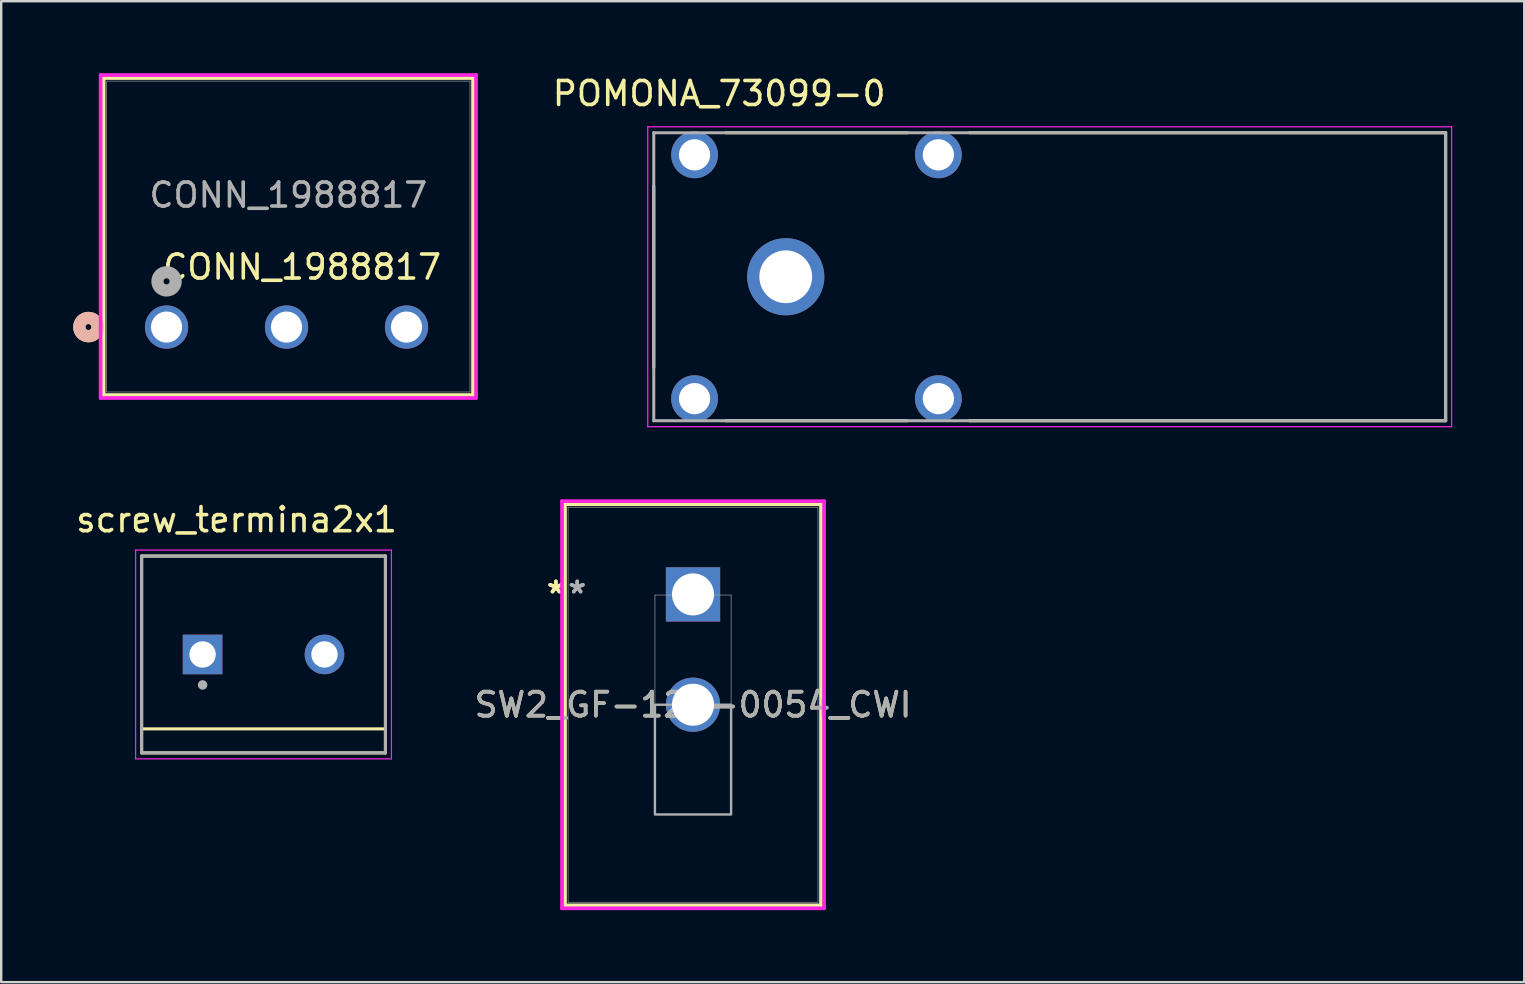
<source format=kicad_pcb>
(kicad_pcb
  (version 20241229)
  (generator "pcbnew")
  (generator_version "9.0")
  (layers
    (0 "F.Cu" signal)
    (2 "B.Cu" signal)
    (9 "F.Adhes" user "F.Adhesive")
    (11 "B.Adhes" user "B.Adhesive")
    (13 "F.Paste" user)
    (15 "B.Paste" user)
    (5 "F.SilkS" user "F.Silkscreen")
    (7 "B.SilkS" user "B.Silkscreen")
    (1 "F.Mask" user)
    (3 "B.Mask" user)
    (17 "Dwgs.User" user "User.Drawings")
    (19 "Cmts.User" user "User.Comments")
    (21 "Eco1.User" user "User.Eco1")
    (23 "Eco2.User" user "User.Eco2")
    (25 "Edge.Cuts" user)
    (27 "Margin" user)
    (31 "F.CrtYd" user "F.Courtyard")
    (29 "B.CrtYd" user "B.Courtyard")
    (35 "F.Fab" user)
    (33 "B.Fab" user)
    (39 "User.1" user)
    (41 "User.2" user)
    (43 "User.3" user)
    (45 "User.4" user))
  (footprint "SW2_GF-123-0054_CWI"
    (layer "F.Cu")
    (at 25.83 21.721)
    (property "Reference" "SW2_GF-123-0054_CWI" (at 0 4.597 0) (unlocked yes) (layer "F.SilkS") (effects (font (size 1 1) (thickness 0.15))))
    (attr through_hole)
    (fp_line (start -5.334 -3.759) (end -5.334 12.954) (stroke (width 0.152) (type solid)) (layer "F.SilkS"))
    (fp_line (start -5.334 12.954) (end 5.334 12.954) (stroke (width 0.152) (type solid)) (layer "F.SilkS"))
    (fp_line (start 5.334 -3.759) (end -5.334 -3.759) (stroke (width 0.152) (type solid)) (layer "F.SilkS"))
    (fp_line (start 5.334 12.954) (end 5.334 -3.759) (stroke (width 0.152) (type solid)) (layer "F.SilkS"))
    (fp_line (start -5.461 -3.886) (end -5.461 13.081) (stroke (width 0.152) (type solid)) (layer "F.CrtYd"))
    (fp_line (start -5.461 13.081) (end 5.461 13.081) (stroke (width 0.152) (type solid)) (layer "F.CrtYd"))
    (fp_line (start 5.461 -3.886) (end -5.461 -3.886) (stroke (width 0.152) (type solid)) (layer "F.CrtYd"))
    (fp_line (start 5.461 13.081) (end 5.461 -3.886) (stroke (width 0.152) (type solid)) (layer "F.CrtYd"))
    (fp_line (start -5.207 -3.632) (end -5.207 12.827) (stroke (width 0.025) (type solid)) (layer "F.Fab"))
    (fp_line (start -5.207 12.827) (end 5.207 12.827) (stroke (width 0.025) (type solid)) (layer "F.Fab"))
    (fp_line (start -1.587 0.025) (end 1.587 0.025) (stroke (width 0.025) (type solid)) (layer "F.Fab"))
    (fp_line (start -1.587 9.169) (end -1.587 0.025) (stroke (width 0.025) (type solid)) (layer "F.Fab"))
    (fp_line (start 1.587 0.025) (end 1.587 9.169) (stroke (width 0.025) (type solid)) (layer "F.Fab"))
    (fp_line (start 1.587 9.169) (end -1.587 9.169) (stroke (width 0.025) (type solid)) (layer "F.Fab"))
    (fp_line (start 5.207 -3.632) (end -5.207 -3.632) (stroke (width 0.025) (type solid)) (layer "F.Fab"))
    (fp_line (start 5.207 12.827) (end 5.207 -3.632) (stroke (width 0.025) (type solid)) (layer "F.Fab"))
    (fp_poly (pts (xy -1.587 9.169) (xy -1.587 4.597) (xy 1.587 4.597) (xy 1.587 9.169)) (stroke (width 0.1) (type solid)) (fill no) (layer "F.Fab"))
    (fp_text user "*" (at -5.715 0 0) (layer "F.SilkS") (effects (font (size 1 1) (thickness 0.15))))
    (fp_text user "*" (at -5.715 0 0) (unlocked yes) (layer "F.SilkS") (effects (font (size 1 1) (thickness 0.15))))
    (fp_text user "*" (at -4.826 0 0) (layer "F.Fab") (effects (font (size 1 1) (thickness 0.15))))
    (fp_text user "${REFERENCE}" (at 0 4.597 0) (unlocked yes) (layer "F.Fab") (effects (font (size 1 1) (thickness 0.15))))
    (fp_text user "*" (at -4.826 0 0) (unlocked yes) (layer "F.Fab") (effects (font (size 1 1) (thickness 0.15))))
    (pad "1" thru_hole rect (at 0 0) (size 2.261 2.261) (drill 1.753) (layers "*.Cu" "*.Mask"))
    (pad "2" thru_hole circle (at 0 4.597) (size 2.261 2.261) (drill 1.753) (layers "*.Cu" "*.Mask")))
  (footprint "screw_termina2x1"
    (layer "F.Cu")
    (at 7.932 24.223)
    (property "Reference" "screw_termina2x1" (at -1.127 -5.615 0) (layer "F.SilkS") (effects (font (size 1.002 1.002) (thickness 0.15))))
    (attr through_hole)
    (fp_line (start -5.08 -4.1) (end 5.08 -4.1) (stroke (width 0.127) (type solid)) (layer "F.SilkS"))
    (fp_line (start -5.08 3.1) (end -5.08 -4.1) (stroke (width 0.127) (type solid)) (layer "F.SilkS"))
    (fp_line (start -5.08 3.1) (end 5.08 3.1) (stroke (width 0.127) (type solid)) (layer "F.SilkS"))
    (fp_line (start -5.08 4.1) (end -5.08 3.1) (stroke (width 0.127) (type solid)) (layer "F.SilkS"))
    (fp_line (start 5.08 -4.1) (end 5.08 3.1) (stroke (width 0.127) (type solid)) (layer "F.SilkS"))
    (fp_line (start 5.08 3.1) (end 5.08 4.1) (stroke (width 0.127) (type solid)) (layer "F.SilkS"))
    (fp_line (start 5.08 4.1) (end -5.08 4.1) (stroke (width 0.127) (type solid)) (layer "F.SilkS"))
    (fp_line (start -5.33 -4.35) (end 5.33 -4.35) (stroke (width 0.05) (type solid)) (layer "F.CrtYd"))
    (fp_line (start -5.33 4.35) (end -5.33 -4.35) (stroke (width 0.05) (type solid)) (layer "F.CrtYd"))
    (fp_line (start 5.33 -4.35) (end 5.33 4.35) (stroke (width 0.05) (type solid)) (layer "F.CrtYd"))
    (fp_line (start 5.33 4.35) (end -5.33 4.35) (stroke (width 0.05) (type solid)) (layer "F.CrtYd"))
    (fp_line (start -5.08 -4.1) (end 5.08 -4.1) (stroke (width 0.127) (type solid)) (layer "F.Fab"))
    (fp_line (start -5.08 4.1) (end -5.08 -4.1) (stroke (width 0.127) (type solid)) (layer "F.Fab"))
    (fp_line (start 5.08 -4.1) (end 5.08 4.1) (stroke (width 0.127) (type solid)) (layer "F.Fab"))
    (fp_line (start 5.08 4.1) (end -5.08 4.1) (stroke (width 0.127) (type solid)) (layer "F.Fab"))
    (fp_circle (center -2.54 1.27) (end -2.44 1.27) (stroke (width 0.2) (type solid)) (fill no) (layer "F.Fab"))
    (pad "1" thru_hole rect (at -2.54 0) (size 1.65 1.65) (drill 1.1) (layers "*.Cu" "*.Mask"))
    (pad "2" thru_hole circle (at 2.54 0) (size 1.65 1.65) (drill 1.1) (layers "*.Cu" "*.Mask")))
  (footprint "CONN_1988817"
    (layer "F.Cu")
    (at 14.041 10.58)
    (property "Reference" "CONN_1988817" (at -4.5 -2.5 0) (unlocked yes) (layer "F.SilkS") (effects (font (size 1 1) (thickness 0.15))))
    (attr through_hole)
    (fp_line (start -12.771 -10.377) (end -12.771 2.831) (stroke (width 0.152) (type solid)) (layer "F.SilkS"))
    (fp_line (start -12.771 2.831) (end 2.621 2.831) (stroke (width 0.152) (type solid)) (layer "F.SilkS"))
    (fp_line (start 2.621 -10.377) (end -12.771 -10.377) (stroke (width 0.152) (type solid)) (layer "F.SilkS"))
    (fp_line (start 2.621 2.831) (end 2.621 -10.377) (stroke (width 0.152) (type solid)) (layer "F.SilkS"))
    (fp_circle (center -13.406 0) (end -13.025 0) (stroke (width 0.508) (type solid)) (fill no) (layer "F.SilkS"))
    (fp_circle (center -13.406 0) (end -13.025 0) (stroke (width 0.508) (type solid)) (fill no) (layer "B.SilkS"))
    (fp_line (start -12.898 -10.504) (end -12.898 2.958) (stroke (width 0.152) (type solid)) (layer "F.CrtYd"))
    (fp_line (start -12.898 2.958) (end 2.748 2.958) (stroke (width 0.152) (type solid)) (layer "F.CrtYd"))
    (fp_line (start 2.748 -10.504) (end -12.898 -10.504) (stroke (width 0.152) (type solid)) (layer "F.CrtYd"))
    (fp_line (start 2.748 2.958) (end 2.748 -10.504) (stroke (width 0.152) (type solid)) (layer "F.CrtYd"))
    (fp_line (start -12.644 -10.25) (end -12.644 2.704) (stroke (width 0.025) (type solid)) (layer "F.Fab"))
    (fp_line (start -12.644 2.704) (end 2.494 2.704) (stroke (width 0.025) (type solid)) (layer "F.Fab"))
    (fp_line (start 2.494 -10.25) (end -12.644 -10.25) (stroke (width 0.025) (type solid)) (layer "F.Fab"))
    (fp_line (start 2.494 2.704) (end 2.494 -10.25) (stroke (width 0.025) (type solid)) (layer "F.Fab"))
    (fp_circle (center -10.15 -1.905) (end -9.769 -1.905) (stroke (width 0.508) (type solid)) (fill no) (layer "F.Fab"))
    (fp_text user "${REFERENCE}" (at -5.075 -5.5 0) (unlocked yes) (layer "F.Fab") (effects (font (size 1 1) (thickness 0.15))))
    (pad "1" thru_hole circle (at -10.15 0) (size 1.803 1.803) (drill 1.295) (layers "*.Cu" "*.Mask"))
    (pad "2" thru_hole circle (at -5.15 0) (size 1.803 1.803) (drill 1.295) (layers "*.Cu" "*.Mask"))
    (pad "3" thru_hole circle (at -0.15 0) (size 1.803 1.803) (drill 1.295) (layers "*.Cu" "*.Mask")))
  (footprint "POMONA_73099-0"
    (layer "F.Cu")
    (at 29.694 8.483)
    (property "Reference" "POMONA_73099-0" (at -2.775 -7.635 0) (layer "F.SilkS") (effects (font (size 1 1) (thickness 0.15))))
    (attr through_hole)
    (fp_line (start -5.5 -3.78) (end -5.5 3.78) (stroke (width 0.127) (type solid)) (layer "F.SilkS"))
    (fp_line (start -2.5 -6) (end 5.07 -6) (stroke (width 0.127) (type solid)) (layer "F.SilkS"))
    (fp_line (start -2.5 6) (end 5.07 6) (stroke (width 0.127) (type solid)) (layer "F.SilkS"))
    (fp_line (start 7.66 6) (end 27.5 6) (stroke (width 0.127) (type solid)) (layer "F.SilkS"))
    (fp_line (start 27.5 -6) (end 7.66 -6) (stroke (width 0.127) (type solid)) (layer "F.SilkS"))
    (fp_line (start 27.5 6) (end 27.5 -6) (stroke (width 0.127) (type solid)) (layer "F.SilkS"))
    (fp_line (start -5.75 -6.25) (end -5.75 6.25) (stroke (width 0.05) (type solid)) (layer "F.CrtYd"))
    (fp_line (start -5.75 6.25) (end 27.75 6.25) (stroke (width 0.05) (type solid)) (layer "F.CrtYd"))
    (fp_line (start 27.75 -6.25) (end -5.75 -6.25) (stroke (width 0.05) (type solid)) (layer "F.CrtYd"))
    (fp_line (start 27.75 6.25) (end 27.75 -6.25) (stroke (width 0.05) (type solid)) (layer "F.CrtYd"))
    (fp_line (start -5.5 -6) (end 27.5 -6) (stroke (width 0.127) (type solid)) (layer "F.Fab"))
    (fp_line (start -5.5 6) (end -5.5 -6) (stroke (width 0.127) (type solid)) (layer "F.Fab"))
    (fp_line (start 27.5 -6) (end 27.5 6) (stroke (width 0.127) (type solid)) (layer "F.Fab"))
    (fp_line (start 27.5 6) (end -5.5 6) (stroke (width 0.127) (type solid)) (layer "F.Fab"))
    (pad "1" thru_hole circle (at 0 0) (size 3.216 3.216) (drill 2.2) (layers "*.Cu" "*.Mask"))
    (pad "S1" thru_hole circle (at -3.8 5.08) (size 1.95 1.95) (drill 1.3) (layers "*.Cu" "*.Mask"))
    (pad "S2" thru_hole circle (at -3.8 -5.08) (size 1.95 1.95) (drill 1.3) (layers "*.Cu" "*.Mask"))
    (pad "S3" thru_hole circle (at 6.36 -5.08) (size 1.95 1.95) (drill 1.3) (layers "*.Cu" "*.Mask"))
    (pad "S4" thru_hole circle (at 6.36 5.08) (size 1.95 1.95) (drill 1.3) (layers "*.Cu" "*.Mask")))
  (gr_rect
    (start -3 -3)
    (end 60.469 37.878)
    (stroke (width 0.1) (type default))
    (fill no)
    (layer "Edge.Cuts")))
</source>
